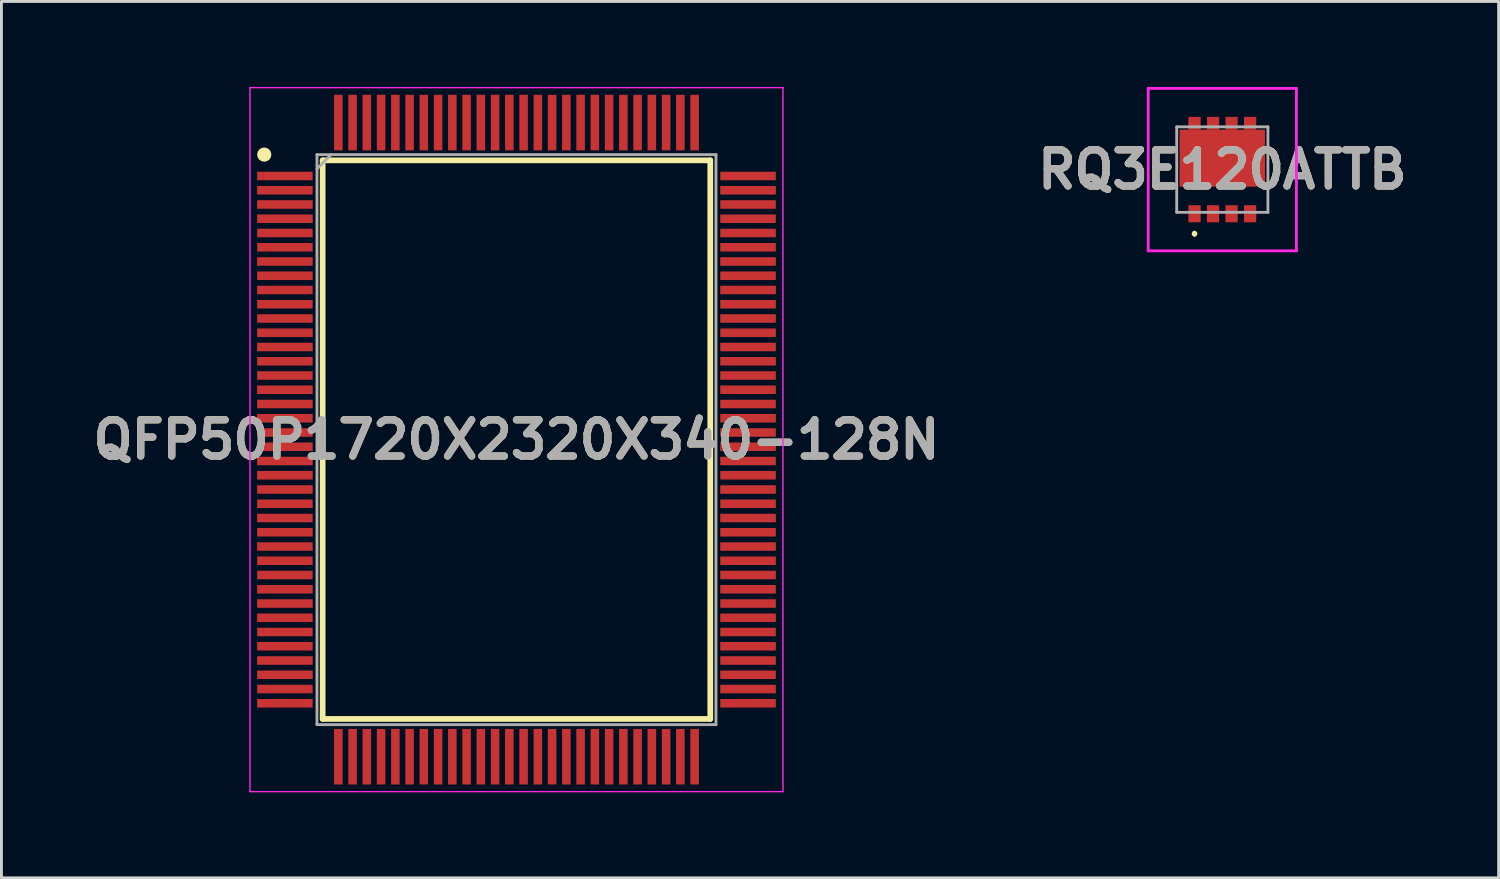
<source format=kicad_pcb>
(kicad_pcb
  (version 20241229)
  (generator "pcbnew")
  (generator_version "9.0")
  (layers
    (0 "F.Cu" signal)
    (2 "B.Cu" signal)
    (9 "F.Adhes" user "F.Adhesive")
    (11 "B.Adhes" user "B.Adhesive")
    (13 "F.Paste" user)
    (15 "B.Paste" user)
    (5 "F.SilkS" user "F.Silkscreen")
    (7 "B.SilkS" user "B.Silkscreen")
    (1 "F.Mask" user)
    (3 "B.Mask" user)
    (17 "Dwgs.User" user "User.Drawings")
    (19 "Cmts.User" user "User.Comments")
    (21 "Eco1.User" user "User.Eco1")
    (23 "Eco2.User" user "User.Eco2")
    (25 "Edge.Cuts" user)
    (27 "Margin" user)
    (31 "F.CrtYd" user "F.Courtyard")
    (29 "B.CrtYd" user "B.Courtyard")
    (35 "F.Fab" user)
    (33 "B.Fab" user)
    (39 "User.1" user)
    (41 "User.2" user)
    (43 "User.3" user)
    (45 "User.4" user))
  (footprint "QFP50P1720X2320X340-128N"
    (layer "F.Cu")
    (at 15.071 12.375)
    (property "Reference" "QFP50P1720X2320X340-128N" (at 0 0 0) (layer "F.SilkS") (effects (font (size 1.27 1.27) (thickness 0.254))))
    (attr smd)
    (fp_line (start -6.8 -9.8) (end 6.8 -9.8) (stroke (width 0.2) (type solid)) (layer "F.SilkS"))
    (fp_line (start -6.8 9.8) (end -6.8 -9.8) (stroke (width 0.2) (type solid)) (layer "F.SilkS"))
    (fp_line (start 6.8 -9.8) (end 6.8 9.8) (stroke (width 0.2) (type solid)) (layer "F.SilkS"))
    (fp_line (start 6.8 9.8) (end -6.8 9.8) (stroke (width 0.2) (type solid)) (layer "F.SilkS"))
    (fp_circle (center -8.85 -10) (end -8.85 -9.875) (stroke (width 0.25) (type solid)) (fill no) (layer "F.SilkS"))
    (fp_line (start -9.35 -12.35) (end 9.35 -12.35) (stroke (width 0.05) (type solid)) (layer "F.CrtYd"))
    (fp_line (start -9.35 12.35) (end -9.35 -12.35) (stroke (width 0.05) (type solid)) (layer "F.CrtYd"))
    (fp_line (start 9.35 -12.35) (end 9.35 12.35) (stroke (width 0.05) (type solid)) (layer "F.CrtYd"))
    (fp_line (start 9.35 12.35) (end -9.35 12.35) (stroke (width 0.05) (type solid)) (layer "F.CrtYd"))
    (fp_line (start -7 -10) (end 7 -10) (stroke (width 0.1) (type solid)) (layer "F.Fab"))
    (fp_line (start -7 -9.5) (end -6.5 -10) (stroke (width 0.1) (type solid)) (layer "F.Fab"))
    (fp_line (start -7 10) (end -7 -10) (stroke (width 0.1) (type solid)) (layer "F.Fab"))
    (fp_line (start 7 -10) (end 7 10) (stroke (width 0.1) (type solid)) (layer "F.Fab"))
    (fp_line (start 7 10) (end -7 10) (stroke (width 0.1) (type solid)) (layer "F.Fab"))
    (fp_text user "${REFERENCE}" (at 0 0 0) (layer "F.Fab") (effects (font (size 1.27 1.27) (thickness 0.254))))
    (pad "1" smd rect (at -8.125 -9.25 90) (size 0.3 1.95) (layers "F.Cu" "F.Mask" "F.Paste"))
    (pad "2" smd rect (at -8.125 -8.75 90) (size 0.3 1.95) (layers "F.Cu" "F.Mask" "F.Paste"))
    (pad "3" smd rect (at -8.125 -8.25 90) (size 0.3 1.95) (layers "F.Cu" "F.Mask" "F.Paste"))
    (pad "4" smd rect (at -8.125 -7.75 90) (size 0.3 1.95) (layers "F.Cu" "F.Mask" "F.Paste"))
    (pad "5" smd rect (at -8.125 -7.25 90) (size 0.3 1.95) (layers "F.Cu" "F.Mask" "F.Paste"))
    (pad "6" smd rect (at -8.125 -6.75 90) (size 0.3 1.95) (layers "F.Cu" "F.Mask" "F.Paste"))
    (pad "7" smd rect (at -8.125 -6.25 90) (size 0.3 1.95) (layers "F.Cu" "F.Mask" "F.Paste"))
    (pad "8" smd rect (at -8.125 -5.75 90) (size 0.3 1.95) (layers "F.Cu" "F.Mask" "F.Paste"))
    (pad "9" smd rect (at -8.125 -5.25 90) (size 0.3 1.95) (layers "F.Cu" "F.Mask" "F.Paste"))
    (pad "10" smd rect (at -8.125 -4.75 90) (size 0.3 1.95) (layers "F.Cu" "F.Mask" "F.Paste"))
    (pad "11" smd rect (at -8.125 -4.25 90) (size 0.3 1.95) (layers "F.Cu" "F.Mask" "F.Paste"))
    (pad "12" smd rect (at -8.125 -3.75 90) (size 0.3 1.95) (layers "F.Cu" "F.Mask" "F.Paste"))
    (pad "13" smd rect (at -8.125 -3.25 90) (size 0.3 1.95) (layers "F.Cu" "F.Mask" "F.Paste"))
    (pad "14" smd rect (at -8.125 -2.75 90) (size 0.3 1.95) (layers "F.Cu" "F.Mask" "F.Paste"))
    (pad "15" smd rect (at -8.125 -2.25 90) (size 0.3 1.95) (layers "F.Cu" "F.Mask" "F.Paste"))
    (pad "16" smd rect (at -8.125 -1.75 90) (size 0.3 1.95) (layers "F.Cu" "F.Mask" "F.Paste"))
    (pad "17" smd rect (at -8.125 -1.25 90) (size 0.3 1.95) (layers "F.Cu" "F.Mask" "F.Paste"))
    (pad "18" smd rect (at -8.125 -0.75 90) (size 0.3 1.95) (layers "F.Cu" "F.Mask" "F.Paste"))
    (pad "19" smd rect (at -8.125 -0.25 90) (size 0.3 1.95) (layers "F.Cu" "F.Mask" "F.Paste"))
    (pad "20" smd rect (at -8.125 0.25 90) (size 0.3 1.95) (layers "F.Cu" "F.Mask" "F.Paste"))
    (pad "21" smd rect (at -8.125 0.75 90) (size 0.3 1.95) (layers "F.Cu" "F.Mask" "F.Paste"))
    (pad "22" smd rect (at -8.125 1.25 90) (size 0.3 1.95) (layers "F.Cu" "F.Mask" "F.Paste"))
    (pad "23" smd rect (at -8.125 1.75 90) (size 0.3 1.95) (layers "F.Cu" "F.Mask" "F.Paste"))
    (pad "24" smd rect (at -8.125 2.25 90) (size 0.3 1.95) (layers "F.Cu" "F.Mask" "F.Paste"))
    (pad "25" smd rect (at -8.125 2.75 90) (size 0.3 1.95) (layers "F.Cu" "F.Mask" "F.Paste"))
    (pad "26" smd rect (at -8.125 3.25 90) (size 0.3 1.95) (layers "F.Cu" "F.Mask" "F.Paste"))
    (pad "27" smd rect (at -8.125 3.75 90) (size 0.3 1.95) (layers "F.Cu" "F.Mask" "F.Paste"))
    (pad "28" smd rect (at -8.125 4.25 90) (size 0.3 1.95) (layers "F.Cu" "F.Mask" "F.Paste"))
    (pad "29" smd rect (at -8.125 4.75 90) (size 0.3 1.95) (layers "F.Cu" "F.Mask" "F.Paste"))
    (pad "30" smd rect (at -8.125 5.25 90) (size 0.3 1.95) (layers "F.Cu" "F.Mask" "F.Paste"))
    (pad "31" smd rect (at -8.125 5.75 90) (size 0.3 1.95) (layers "F.Cu" "F.Mask" "F.Paste"))
    (pad "32" smd rect (at -8.125 6.25 90) (size 0.3 1.95) (layers "F.Cu" "F.Mask" "F.Paste"))
    (pad "33" smd rect (at -8.125 6.75 90) (size 0.3 1.95) (layers "F.Cu" "F.Mask" "F.Paste"))
    (pad "34" smd rect (at -8.125 7.25 90) (size 0.3 1.95) (layers "F.Cu" "F.Mask" "F.Paste"))
    (pad "35" smd rect (at -8.125 7.75 90) (size 0.3 1.95) (layers "F.Cu" "F.Mask" "F.Paste"))
    (pad "36" smd rect (at -8.125 8.25 90) (size 0.3 1.95) (layers "F.Cu" "F.Mask" "F.Paste"))
    (pad "37" smd rect (at -8.125 8.75 90) (size 0.3 1.95) (layers "F.Cu" "F.Mask" "F.Paste"))
    (pad "38" smd rect (at -8.125 9.25 90) (size 0.3 1.95) (layers "F.Cu" "F.Mask" "F.Paste"))
    (pad "39" smd rect (at -6.25 11.125) (size 0.3 1.95) (layers "F.Cu" "F.Mask" "F.Paste"))
    (pad "40" smd rect (at -5.75 11.125) (size 0.3 1.95) (layers "F.Cu" "F.Mask" "F.Paste"))
    (pad "41" smd rect (at -5.25 11.125) (size 0.3 1.95) (layers "F.Cu" "F.Mask" "F.Paste"))
    (pad "42" smd rect (at -4.75 11.125) (size 0.3 1.95) (layers "F.Cu" "F.Mask" "F.Paste"))
    (pad "43" smd rect (at -4.25 11.125) (size 0.3 1.95) (layers "F.Cu" "F.Mask" "F.Paste"))
    (pad "44" smd rect (at -3.75 11.125) (size 0.3 1.95) (layers "F.Cu" "F.Mask" "F.Paste"))
    (pad "45" smd rect (at -3.25 11.125) (size 0.3 1.95) (layers "F.Cu" "F.Mask" "F.Paste"))
    (pad "46" smd rect (at -2.75 11.125) (size 0.3 1.95) (layers "F.Cu" "F.Mask" "F.Paste"))
    (pad "47" smd rect (at -2.25 11.125) (size 0.3 1.95) (layers "F.Cu" "F.Mask" "F.Paste"))
    (pad "48" smd rect (at -1.75 11.125) (size 0.3 1.95) (layers "F.Cu" "F.Mask" "F.Paste"))
    (pad "49" smd rect (at -1.25 11.125) (size 0.3 1.95) (layers "F.Cu" "F.Mask" "F.Paste"))
    (pad "50" smd rect (at -0.75 11.125) (size 0.3 1.95) (layers "F.Cu" "F.Mask" "F.Paste"))
    (pad "51" smd rect (at -0.25 11.125) (size 0.3 1.95) (layers "F.Cu" "F.Mask" "F.Paste"))
    (pad "52" smd rect (at 0.25 11.125) (size 0.3 1.95) (layers "F.Cu" "F.Mask" "F.Paste"))
    (pad "53" smd rect (at 0.75 11.125) (size 0.3 1.95) (layers "F.Cu" "F.Mask" "F.Paste"))
    (pad "54" smd rect (at 1.25 11.125) (size 0.3 1.95) (layers "F.Cu" "F.Mask" "F.Paste"))
    (pad "55" smd rect (at 1.75 11.125) (size 0.3 1.95) (layers "F.Cu" "F.Mask" "F.Paste"))
    (pad "56" smd rect (at 2.25 11.125) (size 0.3 1.95) (layers "F.Cu" "F.Mask" "F.Paste"))
    (pad "57" smd rect (at 2.75 11.125) (size 0.3 1.95) (layers "F.Cu" "F.Mask" "F.Paste"))
    (pad "58" smd rect (at 3.25 11.125) (size 0.3 1.95) (layers "F.Cu" "F.Mask" "F.Paste"))
    (pad "59" smd rect (at 3.75 11.125) (size 0.3 1.95) (layers "F.Cu" "F.Mask" "F.Paste"))
    (pad "60" smd rect (at 4.25 11.125) (size 0.3 1.95) (layers "F.Cu" "F.Mask" "F.Paste"))
    (pad "61" smd rect (at 4.75 11.125) (size 0.3 1.95) (layers "F.Cu" "F.Mask" "F.Paste"))
    (pad "62" smd rect (at 5.25 11.125) (size 0.3 1.95) (layers "F.Cu" "F.Mask" "F.Paste"))
    (pad "63" smd rect (at 5.75 11.125) (size 0.3 1.95) (layers "F.Cu" "F.Mask" "F.Paste"))
    (pad "64" smd rect (at 6.25 11.125) (size 0.3 1.95) (layers "F.Cu" "F.Mask" "F.Paste"))
    (pad "65" smd rect (at 8.125 9.25 90) (size 0.3 1.95) (layers "F.Cu" "F.Mask" "F.Paste"))
    (pad "66" smd rect (at 8.125 8.75 90) (size 0.3 1.95) (layers "F.Cu" "F.Mask" "F.Paste"))
    (pad "67" smd rect (at 8.125 8.25 90) (size 0.3 1.95) (layers "F.Cu" "F.Mask" "F.Paste"))
    (pad "68" smd rect (at 8.125 7.75 90) (size 0.3 1.95) (layers "F.Cu" "F.Mask" "F.Paste"))
    (pad "69" smd rect (at 8.125 7.25 90) (size 0.3 1.95) (layers "F.Cu" "F.Mask" "F.Paste"))
    (pad "70" smd rect (at 8.125 6.75 90) (size 0.3 1.95) (layers "F.Cu" "F.Mask" "F.Paste"))
    (pad "71" smd rect (at 8.125 6.25 90) (size 0.3 1.95) (layers "F.Cu" "F.Mask" "F.Paste"))
    (pad "72" smd rect (at 8.125 5.75 90) (size 0.3 1.95) (layers "F.Cu" "F.Mask" "F.Paste"))
    (pad "73" smd rect (at 8.125 5.25 90) (size 0.3 1.95) (layers "F.Cu" "F.Mask" "F.Paste"))
    (pad "74" smd rect (at 8.125 4.75 90) (size 0.3 1.95) (layers "F.Cu" "F.Mask" "F.Paste"))
    (pad "75" smd rect (at 8.125 4.25 90) (size 0.3 1.95) (layers "F.Cu" "F.Mask" "F.Paste"))
    (pad "76" smd rect (at 8.125 3.75 90) (size 0.3 1.95) (layers "F.Cu" "F.Mask" "F.Paste"))
    (pad "77" smd rect (at 8.125 3.25 90) (size 0.3 1.95) (layers "F.Cu" "F.Mask" "F.Paste"))
    (pad "78" smd rect (at 8.125 2.75 90) (size 0.3 1.95) (layers "F.Cu" "F.Mask" "F.Paste"))
    (pad "79" smd rect (at 8.125 2.25 90) (size 0.3 1.95) (layers "F.Cu" "F.Mask" "F.Paste"))
    (pad "80" smd rect (at 8.125 1.75 90) (size 0.3 1.95) (layers "F.Cu" "F.Mask" "F.Paste"))
    (pad "81" smd rect (at 8.125 1.25 90) (size 0.3 1.95) (layers "F.Cu" "F.Mask" "F.Paste"))
    (pad "82" smd rect (at 8.125 0.75 90) (size 0.3 1.95) (layers "F.Cu" "F.Mask" "F.Paste"))
    (pad "83" smd rect (at 8.125 0.25 90) (size 0.3 1.95) (layers "F.Cu" "F.Mask" "F.Paste"))
    (pad "84" smd rect (at 8.125 -0.25 90) (size 0.3 1.95) (layers "F.Cu" "F.Mask" "F.Paste"))
    (pad "85" smd rect (at 8.125 -0.75 90) (size 0.3 1.95) (layers "F.Cu" "F.Mask" "F.Paste"))
    (pad "86" smd rect (at 8.125 -1.25 90) (size 0.3 1.95) (layers "F.Cu" "F.Mask" "F.Paste"))
    (pad "87" smd rect (at 8.125 -1.75 90) (size 0.3 1.95) (layers "F.Cu" "F.Mask" "F.Paste"))
    (pad "88" smd rect (at 8.125 -2.25 90) (size 0.3 1.95) (layers "F.Cu" "F.Mask" "F.Paste"))
    (pad "89" smd rect (at 8.125 -2.75 90) (size 0.3 1.95) (layers "F.Cu" "F.Mask" "F.Paste"))
    (pad "90" smd rect (at 8.125 -3.25 90) (size 0.3 1.95) (layers "F.Cu" "F.Mask" "F.Paste"))
    (pad "91" smd rect (at 8.125 -3.75 90) (size 0.3 1.95) (layers "F.Cu" "F.Mask" "F.Paste"))
    (pad "92" smd rect (at 8.125 -4.25 90) (size 0.3 1.95) (layers "F.Cu" "F.Mask" "F.Paste"))
    (pad "93" smd rect (at 8.125 -4.75 90) (size 0.3 1.95) (layers "F.Cu" "F.Mask" "F.Paste"))
    (pad "94" smd rect (at 8.125 -5.25 90) (size 0.3 1.95) (layers "F.Cu" "F.Mask" "F.Paste"))
    (pad "95" smd rect (at 8.125 -5.75 90) (size 0.3 1.95) (layers "F.Cu" "F.Mask" "F.Paste"))
    (pad "96" smd rect (at 8.125 -6.25 90) (size 0.3 1.95) (layers "F.Cu" "F.Mask" "F.Paste"))
    (pad "97" smd rect (at 8.125 -6.75 90) (size 0.3 1.95) (layers "F.Cu" "F.Mask" "F.Paste"))
    (pad "98" smd rect (at 8.125 -7.25 90) (size 0.3 1.95) (layers "F.Cu" "F.Mask" "F.Paste"))
    (pad "99" smd rect (at 8.125 -7.75 90) (size 0.3 1.95) (layers "F.Cu" "F.Mask" "F.Paste"))
    (pad "100" smd rect (at 8.125 -8.25 90) (size 0.3 1.95) (layers "F.Cu" "F.Mask" "F.Paste"))
    (pad "101" smd rect (at 8.125 -8.75 90) (size 0.3 1.95) (layers "F.Cu" "F.Mask" "F.Paste"))
    (pad "102" smd rect (at 8.125 -9.25 90) (size 0.3 1.95) (layers "F.Cu" "F.Mask" "F.Paste"))
    (pad "103" smd rect (at 6.25 -11.125) (size 0.3 1.95) (layers "F.Cu" "F.Mask" "F.Paste"))
    (pad "104" smd rect (at 5.75 -11.125) (size 0.3 1.95) (layers "F.Cu" "F.Mask" "F.Paste"))
    (pad "105" smd rect (at 5.25 -11.125) (size 0.3 1.95) (layers "F.Cu" "F.Mask" "F.Paste"))
    (pad "106" smd rect (at 4.75 -11.125) (size 0.3 1.95) (layers "F.Cu" "F.Mask" "F.Paste"))
    (pad "107" smd rect (at 4.25 -11.125) (size 0.3 1.95) (layers "F.Cu" "F.Mask" "F.Paste"))
    (pad "108" smd rect (at 3.75 -11.125) (size 0.3 1.95) (layers "F.Cu" "F.Mask" "F.Paste"))
    (pad "109" smd rect (at 3.25 -11.125) (size 0.3 1.95) (layers "F.Cu" "F.Mask" "F.Paste"))
    (pad "110" smd rect (at 2.75 -11.125) (size 0.3 1.95) (layers "F.Cu" "F.Mask" "F.Paste"))
    (pad "111" smd rect (at 2.25 -11.125) (size 0.3 1.95) (layers "F.Cu" "F.Mask" "F.Paste"))
    (pad "112" smd rect (at 1.75 -11.125) (size 0.3 1.95) (layers "F.Cu" "F.Mask" "F.Paste"))
    (pad "113" smd rect (at 1.25 -11.125) (size 0.3 1.95) (layers "F.Cu" "F.Mask" "F.Paste"))
    (pad "114" smd rect (at 0.75 -11.125) (size 0.3 1.95) (layers "F.Cu" "F.Mask" "F.Paste"))
    (pad "115" smd rect (at 0.25 -11.125) (size 0.3 1.95) (layers "F.Cu" "F.Mask" "F.Paste"))
    (pad "116" smd rect (at -0.25 -11.125) (size 0.3 1.95) (layers "F.Cu" "F.Mask" "F.Paste"))
    (pad "117" smd rect (at -0.75 -11.125) (size 0.3 1.95) (layers "F.Cu" "F.Mask" "F.Paste"))
    (pad "118" smd rect (at -1.25 -11.125) (size 0.3 1.95) (layers "F.Cu" "F.Mask" "F.Paste"))
    (pad "119" smd rect (at -1.75 -11.125) (size 0.3 1.95) (layers "F.Cu" "F.Mask" "F.Paste"))
    (pad "120" smd rect (at -2.25 -11.125) (size 0.3 1.95) (layers "F.Cu" "F.Mask" "F.Paste"))
    (pad "121" smd rect (at -2.75 -11.125) (size 0.3 1.95) (layers "F.Cu" "F.Mask" "F.Paste"))
    (pad "122" smd rect (at -3.25 -11.125) (size 0.3 1.95) (layers "F.Cu" "F.Mask" "F.Paste"))
    (pad "123" smd rect (at -3.75 -11.125) (size 0.3 1.95) (layers "F.Cu" "F.Mask" "F.Paste"))
    (pad "124" smd rect (at -4.25 -11.125) (size 0.3 1.95) (layers "F.Cu" "F.Mask" "F.Paste"))
    (pad "125" smd rect (at -4.75 -11.125) (size 0.3 1.95) (layers "F.Cu" "F.Mask" "F.Paste"))
    (pad "126" smd rect (at -5.25 -11.125) (size 0.3 1.95) (layers "F.Cu" "F.Mask" "F.Paste"))
    (pad "127" smd rect (at -5.75 -11.125) (size 0.3 1.95) (layers "F.Cu" "F.Mask" "F.Paste"))
    (pad "128" smd rect (at -6.25 -11.125) (size 0.3 1.95) (layers "F.Cu" "F.Mask" "F.Paste")))
  (footprint "RQ3E120ATTB"
    (layer "F.Cu")
    (at 39.836 2.9)
    (property "Reference" "RQ3E120ATTB" (at 0 0 0) (layer "F.SilkS") (effects (font (size 1.27 1.27) (thickness 0.254))))
    (attr smd)
    (fp_line (start -0.975 2.2) (end -0.975 2.2) (stroke (width 0.1) (type solid)) (layer "F.SilkS"))
    (fp_line (start -0.975 2.3) (end -0.975 2.3) (stroke (width 0.1) (type solid)) (layer "F.SilkS"))
    (fp_arc (start -0.975 2.2) (mid -0.925 2.25) (end -0.975 2.3) (stroke (width 0.1) (type solid)) (layer "F.SilkS"))
    (fp_arc (start -0.975 2.3) (mid -1.025 2.25) (end -0.975 2.2) (stroke (width 0.1) (type solid)) (layer "F.SilkS"))
    (fp_line (start -2.6 -2.85) (end 2.6 -2.85) (stroke (width 0.1) (type solid)) (layer "F.CrtYd"))
    (fp_line (start -2.6 2.85) (end -2.6 -2.85) (stroke (width 0.1) (type solid)) (layer "F.CrtYd"))
    (fp_line (start 2.6 -2.85) (end 2.6 2.85) (stroke (width 0.1) (type solid)) (layer "F.CrtYd"))
    (fp_line (start 2.6 2.85) (end -2.6 2.85) (stroke (width 0.1) (type solid)) (layer "F.CrtYd"))
    (fp_line (start -1.6 -1.5) (end 1.6 -1.5) (stroke (width 0.1) (type solid)) (layer "F.Fab"))
    (fp_line (start -1.6 1.5) (end -1.6 -1.5) (stroke (width 0.1) (type solid)) (layer "F.Fab"))
    (fp_line (start 1.6 -1.5) (end 1.6 1.5) (stroke (width 0.1) (type solid)) (layer "F.Fab"))
    (fp_line (start 1.6 1.5) (end -1.6 1.5) (stroke (width 0.1) (type solid)) (layer "F.Fab"))
    (fp_text user "${REFERENCE}" (at 0 0 0) (layer "F.Fab") (effects (font (size 1.27 1.27) (thickness 0.254))))
    (pad "1" smd rect (at -0.975 1.55) (size 0.43 0.6) (layers "F.Cu" "F.Mask" "F.Paste"))
    (pad "2" smd rect (at -0.325 1.55) (size 0.43 0.6) (layers "F.Cu" "F.Mask" "F.Paste"))
    (pad "3" smd rect (at 0.325 1.55) (size 0.43 0.6) (layers "F.Cu" "F.Mask" "F.Paste"))
    (pad "4" smd rect (at 0.975 1.55) (size 0.43 0.6) (layers "F.Cu" "F.Mask" "F.Paste"))
    (pad "5" smd rect (at 0.975 -1.625) (size 0.43 0.45) (layers "F.Cu" "F.Mask" "F.Paste"))
    (pad "6" smd rect (at 0.325 -1.625) (size 0.43 0.45) (layers "F.Cu" "F.Mask" "F.Paste"))
    (pad "7" smd rect (at -0.325 -1.625) (size 0.43 0.45) (layers "F.Cu" "F.Mask" "F.Paste"))
    (pad "8" smd rect (at -0.975 -1.625) (size 0.43 0.45) (layers "F.Cu" "F.Mask" "F.Paste"))
    (pad "9" smd rect (at 0 -0.4 90) (size 2 3) (layers "F.Cu" "F.Mask" "F.Paste")))
  (gr_rect
    (start -3 -3)
    (end 49.531 27.75)
    (stroke (width 0.1) (type default))
    (fill no)
    (layer "Edge.Cuts")))
</source>
